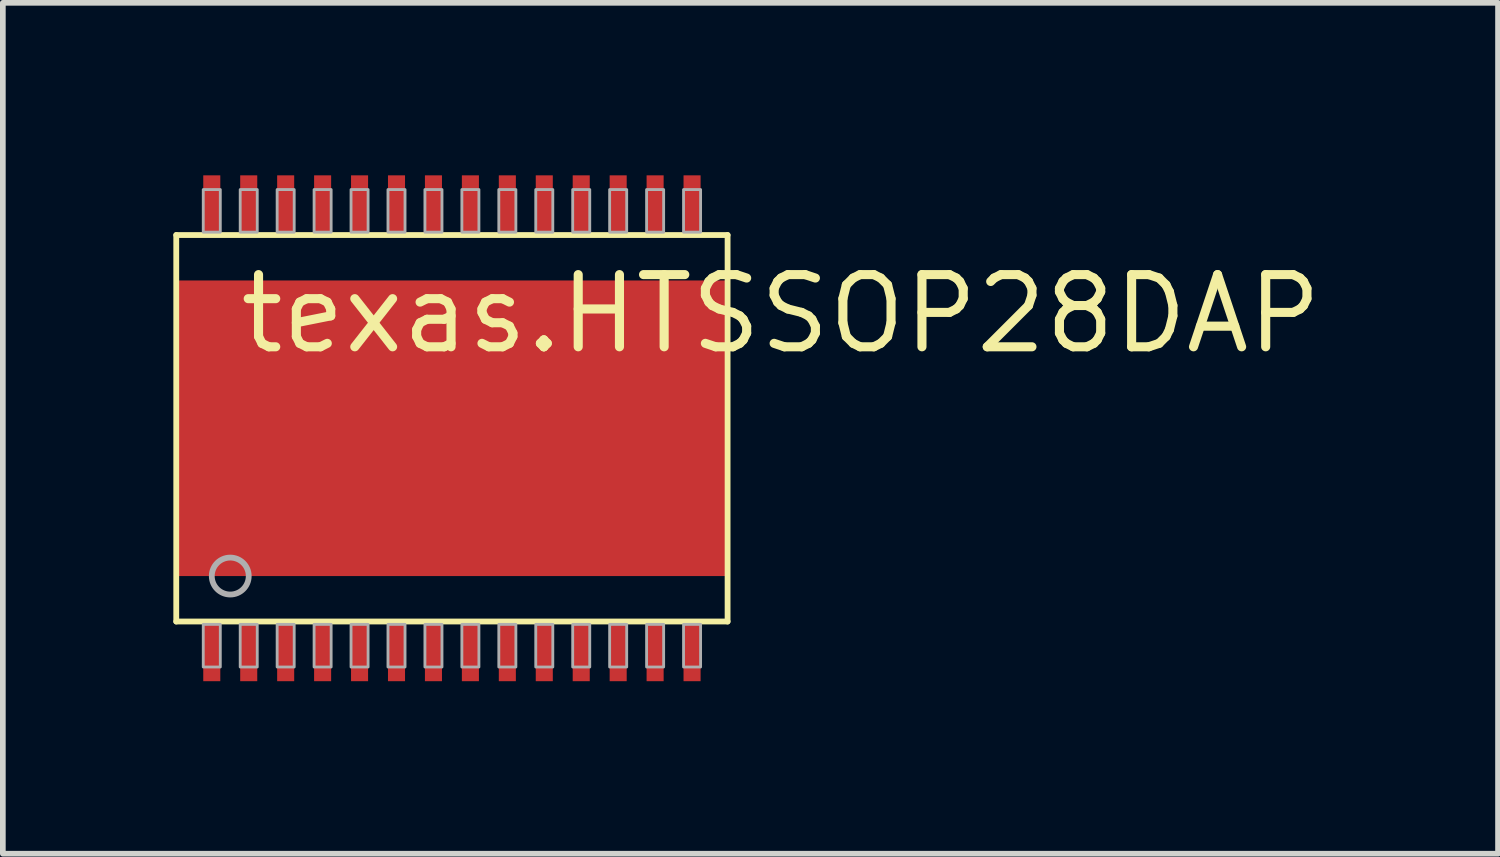
<source format=kicad_pcb>
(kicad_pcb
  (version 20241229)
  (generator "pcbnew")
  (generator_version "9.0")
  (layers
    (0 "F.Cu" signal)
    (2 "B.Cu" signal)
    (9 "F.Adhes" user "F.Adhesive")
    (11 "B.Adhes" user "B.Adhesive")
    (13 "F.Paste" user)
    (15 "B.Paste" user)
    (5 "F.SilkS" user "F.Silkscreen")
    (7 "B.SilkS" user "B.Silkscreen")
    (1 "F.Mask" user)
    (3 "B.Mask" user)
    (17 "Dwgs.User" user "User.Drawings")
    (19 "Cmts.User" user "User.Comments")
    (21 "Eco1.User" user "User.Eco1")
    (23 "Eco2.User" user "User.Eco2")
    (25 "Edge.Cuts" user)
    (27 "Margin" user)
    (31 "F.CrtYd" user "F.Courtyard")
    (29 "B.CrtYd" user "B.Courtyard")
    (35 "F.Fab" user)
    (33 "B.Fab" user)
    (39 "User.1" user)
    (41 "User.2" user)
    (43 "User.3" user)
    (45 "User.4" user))
  (footprint "texas.HTSSOP28DAP"
    (layer "F.Cu")
    (at 4.901 4.485)
    (property "Reference" "texas.HTSSOP28DAP" (at -3.81 -1.27 0) (layer "F.SilkS") (effects (font (size 1.27 1.27) (thickness 0.16)) (justify left bottom)))
    (attr smd)
    (fp_rect (start -4.85 2.6) (end 4.85 -2.6) (stroke (width 0.05) (type default)) (fill yes) (layer "F.Mask"))
    (fp_rect (start -4.385 -3.44) (end -4.065 -4.46) (stroke (width 0.05) (type default)) (fill yes) (layer "F.Mask"))
    (fp_rect (start -4.385 4.46) (end -4.065 3.44) (stroke (width 0.05) (type default)) (fill yes) (layer "F.Mask"))
    (fp_rect (start -4.37 -3.455) (end -4.08 -4.445) (stroke (width 0.05) (type default)) (fill yes) (layer "F.Mask"))
    (fp_rect (start -4.37 4.445) (end -4.08 3.455) (stroke (width 0.05) (type default)) (fill yes) (layer "F.Mask"))
    (fp_rect (start -3.735 -3.44) (end -3.415 -4.46) (stroke (width 0.05) (type default)) (fill yes) (layer "F.Mask"))
    (fp_rect (start -3.735 4.46) (end -3.415 3.44) (stroke (width 0.05) (type default)) (fill yes) (layer "F.Mask"))
    (fp_rect (start -3.72 -3.455) (end -3.43 -4.445) (stroke (width 0.05) (type default)) (fill yes) (layer "F.Mask"))
    (fp_rect (start -3.72 4.445) (end -3.43 3.455) (stroke (width 0.05) (type default)) (fill yes) (layer "F.Mask"))
    (fp_rect (start -3.085 -3.44) (end -2.765 -4.46) (stroke (width 0.05) (type default)) (fill yes) (layer "F.Mask"))
    (fp_rect (start -3.085 4.46) (end -2.765 3.44) (stroke (width 0.05) (type default)) (fill yes) (layer "F.Mask"))
    (fp_rect (start -3.07 -3.455) (end -2.78 -4.445) (stroke (width 0.05) (type default)) (fill yes) (layer "F.Mask"))
    (fp_rect (start -3.07 4.445) (end -2.78 3.455) (stroke (width 0.05) (type default)) (fill yes) (layer "F.Mask"))
    (fp_rect (start -2.435 -3.44) (end -2.115 -4.46) (stroke (width 0.05) (type default)) (fill yes) (layer "F.Mask"))
    (fp_rect (start -2.435 4.46) (end -2.115 3.44) (stroke (width 0.05) (type default)) (fill yes) (layer "F.Mask"))
    (fp_rect (start -2.42 -3.455) (end -2.13 -4.445) (stroke (width 0.05) (type default)) (fill yes) (layer "F.Mask"))
    (fp_rect (start -2.42 4.445) (end -2.13 3.455) (stroke (width 0.05) (type default)) (fill yes) (layer "F.Mask"))
    (fp_rect (start -1.785 -3.44) (end -1.465 -4.46) (stroke (width 0.05) (type default)) (fill yes) (layer "F.Mask"))
    (fp_rect (start -1.785 4.46) (end -1.465 3.44) (stroke (width 0.05) (type default)) (fill yes) (layer "F.Mask"))
    (fp_rect (start -1.77 -3.455) (end -1.48 -4.445) (stroke (width 0.05) (type default)) (fill yes) (layer "F.Mask"))
    (fp_rect (start -1.77 4.445) (end -1.48 3.455) (stroke (width 0.05) (type default)) (fill yes) (layer "F.Mask"))
    (fp_rect (start -1.135 -3.44) (end -0.815 -4.46) (stroke (width 0.05) (type default)) (fill yes) (layer "F.Mask"))
    (fp_rect (start -1.135 4.46) (end -0.815 3.44) (stroke (width 0.05) (type default)) (fill yes) (layer "F.Mask"))
    (fp_rect (start -1.12 -3.455) (end -0.83 -4.445) (stroke (width 0.05) (type default)) (fill yes) (layer "F.Mask"))
    (fp_rect (start -1.12 4.445) (end -0.83 3.455) (stroke (width 0.05) (type default)) (fill yes) (layer "F.Mask"))
    (fp_rect (start -0.485 -3.44) (end -0.165 -4.46) (stroke (width 0.05) (type default)) (fill yes) (layer "F.Mask"))
    (fp_rect (start -0.485 4.46) (end -0.165 3.44) (stroke (width 0.05) (type default)) (fill yes) (layer "F.Mask"))
    (fp_rect (start -0.47 -3.455) (end -0.18 -4.445) (stroke (width 0.05) (type default)) (fill yes) (layer "F.Mask"))
    (fp_rect (start -0.47 4.445) (end -0.18 3.455) (stroke (width 0.05) (type default)) (fill yes) (layer "F.Mask"))
    (fp_rect (start 0.165 -3.44) (end 0.485 -4.46) (stroke (width 0.05) (type default)) (fill yes) (layer "F.Mask"))
    (fp_rect (start 0.165 4.46) (end 0.485 3.44) (stroke (width 0.05) (type default)) (fill yes) (layer "F.Mask"))
    (fp_rect (start 0.18 -3.455) (end 0.47 -4.445) (stroke (width 0.05) (type default)) (fill yes) (layer "F.Mask"))
    (fp_rect (start 0.18 4.445) (end 0.47 3.455) (stroke (width 0.05) (type default)) (fill yes) (layer "F.Mask"))
    (fp_rect (start 0.815 -3.44) (end 1.135 -4.46) (stroke (width 0.05) (type default)) (fill yes) (layer "F.Mask"))
    (fp_rect (start 0.815 4.46) (end 1.135 3.44) (stroke (width 0.05) (type default)) (fill yes) (layer "F.Mask"))
    (fp_rect (start 0.83 -3.455) (end 1.12 -4.445) (stroke (width 0.05) (type default)) (fill yes) (layer "F.Mask"))
    (fp_rect (start 0.83 4.445) (end 1.12 3.455) (stroke (width 0.05) (type default)) (fill yes) (layer "F.Mask"))
    (fp_rect (start 1.465 -3.44) (end 1.785 -4.46) (stroke (width 0.05) (type default)) (fill yes) (layer "F.Mask"))
    (fp_rect (start 1.465 4.46) (end 1.785 3.44) (stroke (width 0.05) (type default)) (fill yes) (layer "F.Mask"))
    (fp_rect (start 1.48 -3.455) (end 1.77 -4.445) (stroke (width 0.05) (type default)) (fill yes) (layer "F.Mask"))
    (fp_rect (start 1.48 4.445) (end 1.77 3.455) (stroke (width 0.05) (type default)) (fill yes) (layer "F.Mask"))
    (fp_rect (start 2.115 -3.44) (end 2.435 -4.46) (stroke (width 0.05) (type default)) (fill yes) (layer "F.Mask"))
    (fp_rect (start 2.115 4.46) (end 2.435 3.44) (stroke (width 0.05) (type default)) (fill yes) (layer "F.Mask"))
    (fp_rect (start 2.13 -3.455) (end 2.42 -4.445) (stroke (width 0.05) (type default)) (fill yes) (layer "F.Mask"))
    (fp_rect (start 2.13 4.445) (end 2.42 3.455) (stroke (width 0.05) (type default)) (fill yes) (layer "F.Mask"))
    (fp_rect (start 2.765 -3.44) (end 3.085 -4.46) (stroke (width 0.05) (type default)) (fill yes) (layer "F.Mask"))
    (fp_rect (start 2.765 4.46) (end 3.085 3.44) (stroke (width 0.05) (type default)) (fill yes) (layer "F.Mask"))
    (fp_rect (start 2.78 -3.455) (end 3.07 -4.445) (stroke (width 0.05) (type default)) (fill yes) (layer "F.Mask"))
    (fp_rect (start 2.78 4.445) (end 3.07 3.455) (stroke (width 0.05) (type default)) (fill yes) (layer "F.Mask"))
    (fp_rect (start 3.415 -3.44) (end 3.735 -4.46) (stroke (width 0.05) (type default)) (fill yes) (layer "F.Mask"))
    (fp_rect (start 3.415 4.46) (end 3.735 3.44) (stroke (width 0.05) (type default)) (fill yes) (layer "F.Mask"))
    (fp_rect (start 3.43 -3.455) (end 3.72 -4.445) (stroke (width 0.05) (type default)) (fill yes) (layer "F.Mask"))
    (fp_rect (start 3.43 4.445) (end 3.72 3.455) (stroke (width 0.05) (type default)) (fill yes) (layer "F.Mask"))
    (fp_rect (start 4.065 -3.44) (end 4.385 -4.46) (stroke (width 0.05) (type default)) (fill yes) (layer "F.Mask"))
    (fp_rect (start 4.065 4.46) (end 4.385 3.44) (stroke (width 0.05) (type default)) (fill yes) (layer "F.Mask"))
    (fp_rect (start 4.08 -3.455) (end 4.37 -4.445) (stroke (width 0.05) (type default)) (fill yes) (layer "F.Mask"))
    (fp_rect (start 4.08 4.445) (end 4.37 3.455) (stroke (width 0.05) (type default)) (fill yes) (layer "F.Mask"))
    (fp_line (start -4.85 -3.4) (end 4.85 -3.4) (stroke (width 0.102) (type default)) (layer "F.SilkS"))
    (fp_line (start -4.85 3.4) (end -4.85 -3.4) (stroke (width 0.102) (type default)) (layer "F.SilkS"))
    (fp_line (start 4.85 -3.4) (end 4.85 3.4) (stroke (width 0.102) (type default)) (layer "F.SilkS"))
    (fp_line (start 4.85 3.4) (end -4.85 3.4) (stroke (width 0.102) (type default)) (layer "F.SilkS"))
    (fp_rect (start -4.375 -3.45) (end -4.075 -4.2) (stroke (width 0.05) (type default)) (fill no) (layer "F.Fab"))
    (fp_rect (start -4.375 4.2) (end -4.075 3.45) (stroke (width 0.05) (type default)) (fill no) (layer "F.Fab"))
    (fp_rect (start -3.725 -3.45) (end -3.425 -4.2) (stroke (width 0.05) (type default)) (fill no) (layer "F.Fab"))
    (fp_rect (start -3.725 4.2) (end -3.425 3.45) (stroke (width 0.05) (type default)) (fill no) (layer "F.Fab"))
    (fp_rect (start -3.075 -3.45) (end -2.775 -4.2) (stroke (width 0.05) (type default)) (fill no) (layer "F.Fab"))
    (fp_rect (start -3.075 4.2) (end -2.775 3.45) (stroke (width 0.05) (type default)) (fill no) (layer "F.Fab"))
    (fp_rect (start -2.425 -3.45) (end -2.125 -4.2) (stroke (width 0.05) (type default)) (fill no) (layer "F.Fab"))
    (fp_rect (start -2.425 4.2) (end -2.125 3.45) (stroke (width 0.05) (type default)) (fill no) (layer "F.Fab"))
    (fp_rect (start -1.775 -3.45) (end -1.475 -4.2) (stroke (width 0.05) (type default)) (fill no) (layer "F.Fab"))
    (fp_rect (start -1.775 4.2) (end -1.475 3.45) (stroke (width 0.05) (type default)) (fill no) (layer "F.Fab"))
    (fp_rect (start -1.125 -3.45) (end -0.825 -4.2) (stroke (width 0.05) (type default)) (fill no) (layer "F.Fab"))
    (fp_rect (start -1.125 4.2) (end -0.825 3.45) (stroke (width 0.05) (type default)) (fill no) (layer "F.Fab"))
    (fp_rect (start -0.475 -3.45) (end -0.175 -4.2) (stroke (width 0.05) (type default)) (fill no) (layer "F.Fab"))
    (fp_rect (start -0.475 4.2) (end -0.175 3.45) (stroke (width 0.05) (type default)) (fill no) (layer "F.Fab"))
    (fp_rect (start 0.175 -3.45) (end 0.475 -4.2) (stroke (width 0.05) (type default)) (fill no) (layer "F.Fab"))
    (fp_rect (start 0.175 4.2) (end 0.475 3.45) (stroke (width 0.05) (type default)) (fill no) (layer "F.Fab"))
    (fp_rect (start 0.825 -3.45) (end 1.125 -4.2) (stroke (width 0.05) (type default)) (fill no) (layer "F.Fab"))
    (fp_rect (start 0.825 4.2) (end 1.125 3.45) (stroke (width 0.05) (type default)) (fill no) (layer "F.Fab"))
    (fp_rect (start 1.475 -3.45) (end 1.775 -4.2) (stroke (width 0.05) (type default)) (fill no) (layer "F.Fab"))
    (fp_rect (start 1.475 4.2) (end 1.775 3.45) (stroke (width 0.05) (type default)) (fill no) (layer "F.Fab"))
    (fp_rect (start 2.125 -3.45) (end 2.425 -4.2) (stroke (width 0.05) (type default)) (fill no) (layer "F.Fab"))
    (fp_rect (start 2.125 4.2) (end 2.425 3.45) (stroke (width 0.05) (type default)) (fill no) (layer "F.Fab"))
    (fp_rect (start 2.775 -3.45) (end 3.075 -4.2) (stroke (width 0.05) (type default)) (fill no) (layer "F.Fab"))
    (fp_rect (start 2.775 4.2) (end 3.075 3.45) (stroke (width 0.05) (type default)) (fill no) (layer "F.Fab"))
    (fp_rect (start 3.425 -3.45) (end 3.725 -4.2) (stroke (width 0.05) (type default)) (fill no) (layer "F.Fab"))
    (fp_rect (start 3.425 4.2) (end 3.725 3.45) (stroke (width 0.05) (type default)) (fill no) (layer "F.Fab"))
    (fp_rect (start 4.075 -3.45) (end 4.375 -4.2) (stroke (width 0.05) (type default)) (fill no) (layer "F.Fab"))
    (fp_rect (start 4.075 4.2) (end 4.375 3.45) (stroke (width 0.05) (type default)) (fill no) (layer "F.Fab"))
    (fp_circle (center -3.9 2.6) (end -3.575 2.6) (stroke (width 0.102) (type default)) (fill no) (layer "F.Fab"))
    (pad "1" smd roundrect (at -4.225 3.95) (size 0.3 1) (layers "F.Cu" "F.Mask" "F.Paste") (roundrect_rratio 0.01))
    (pad "2" smd roundrect (at -3.575 3.95) (size 0.3 1) (layers "F.Cu" "F.Mask" "F.Paste") (roundrect_rratio 0.01))
    (pad "3" smd roundrect (at -2.925 3.95) (size 0.3 1) (layers "F.Cu" "F.Mask" "F.Paste") (roundrect_rratio 0.01))
    (pad "4" smd roundrect (at -2.275 3.95) (size 0.3 1) (layers "F.Cu" "F.Mask" "F.Paste") (roundrect_rratio 0.01))
    (pad "5" smd roundrect (at -1.625 3.95) (size 0.3 1) (layers "F.Cu" "F.Mask" "F.Paste") (roundrect_rratio 0.01))
    (pad "6" smd roundrect (at -0.975 3.95) (size 0.3 1) (layers "F.Cu" "F.Mask" "F.Paste") (roundrect_rratio 0.01))
    (pad "7" smd roundrect (at -0.325 3.95) (size 0.3 1) (layers "F.Cu" "F.Mask" "F.Paste") (roundrect_rratio 0.01))
    (pad "8" smd roundrect (at 0.325 3.95) (size 0.3 1) (layers "F.Cu" "F.Mask" "F.Paste") (roundrect_rratio 0.01))
    (pad "9" smd roundrect (at 0.975 3.95) (size 0.3 1) (layers "F.Cu" "F.Mask" "F.Paste") (roundrect_rratio 0.01))
    (pad "10" smd roundrect (at 1.625 3.95) (size 0.3 1) (layers "F.Cu" "F.Mask" "F.Paste") (roundrect_rratio 0.01))
    (pad "11" smd roundrect (at 2.275 3.95) (size 0.3 1) (layers "F.Cu" "F.Mask" "F.Paste") (roundrect_rratio 0.01))
    (pad "12" smd roundrect (at 2.925 3.95) (size 0.3 1) (layers "F.Cu" "F.Mask" "F.Paste") (roundrect_rratio 0.01))
    (pad "13" smd roundrect (at 3.575 3.95) (size 0.3 1) (layers "F.Cu" "F.Mask" "F.Paste") (roundrect_rratio 0.01))
    (pad "14" smd roundrect (at 4.225 3.95) (size 0.3 1) (layers "F.Cu" "F.Mask" "F.Paste") (roundrect_rratio 0.01))
    (pad "15" smd roundrect (at 4.225 -3.95 180) (size 0.3 1) (layers "F.Cu" "F.Mask" "F.Paste") (roundrect_rratio 0.01))
    (pad "16" smd roundrect (at 3.575 -3.95 180) (size 0.3 1) (layers "F.Cu" "F.Mask" "F.Paste") (roundrect_rratio 0.01))
    (pad "17" smd roundrect (at 2.925 -3.95 180) (size 0.3 1) (layers "F.Cu" "F.Mask" "F.Paste") (roundrect_rratio 0.01))
    (pad "18" smd roundrect (at 2.275 -3.95 180) (size 0.3 1) (layers "F.Cu" "F.Mask" "F.Paste") (roundrect_rratio 0.01))
    (pad "19" smd roundrect (at 1.625 -3.95 180) (size 0.3 1) (layers "F.Cu" "F.Mask" "F.Paste") (roundrect_rratio 0.01))
    (pad "20" smd roundrect (at 0.975 -3.95 180) (size 0.3 1) (layers "F.Cu" "F.Mask" "F.Paste") (roundrect_rratio 0.01))
    (pad "21" smd roundrect (at 0.325 -3.95 180) (size 0.3 1) (layers "F.Cu" "F.Mask" "F.Paste") (roundrect_rratio 0.01))
    (pad "22" smd roundrect (at -0.325 -3.95 180) (size 0.3 1) (layers "F.Cu" "F.Mask" "F.Paste") (roundrect_rratio 0.01))
    (pad "23" smd roundrect (at -0.975 -3.95 180) (size 0.3 1) (layers "F.Cu" "F.Mask" "F.Paste") (roundrect_rratio 0.01))
    (pad "24" smd roundrect (at -1.625 -3.95 180) (size 0.3 1) (layers "F.Cu" "F.Mask" "F.Paste") (roundrect_rratio 0.01))
    (pad "25" smd roundrect (at -2.275 -3.95 180) (size 0.3 1) (layers "F.Cu" "F.Mask" "F.Paste") (roundrect_rratio 0.01))
    (pad "26" smd roundrect (at -2.925 -3.95 180) (size 0.3 1) (layers "F.Cu" "F.Mask" "F.Paste") (roundrect_rratio 0.01))
    (pad "27" smd roundrect (at -3.575 -3.95 180) (size 0.3 1) (layers "F.Cu" "F.Mask" "F.Paste") (roundrect_rratio 0.01))
    (pad "28" smd roundrect (at -4.225 -3.95 180) (size 0.3 1) (layers "F.Cu" "F.Mask" "F.Paste") (roundrect_rratio 0.01))
    (pad "EXP" smd roundrect (at 0 0) (size 9.7 5.2) (layers "F.Cu" "F.Mask" "F.Paste") (roundrect_rratio 0.01)))
  (gr_rect
    (start -3 -3)
    (end 23.306 11.97)
    (stroke (width 0.1) (type default))
    (fill no)
    (layer "Edge.Cuts")))
</source>
